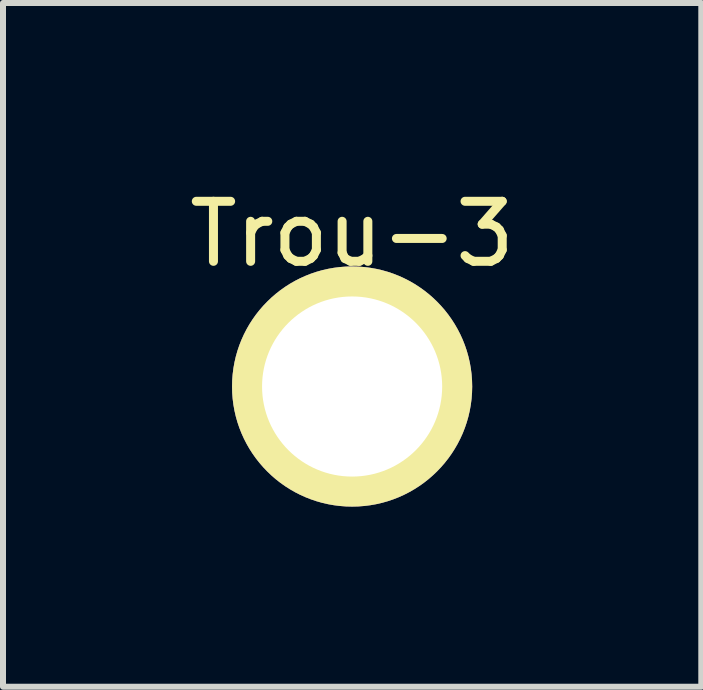
<source format=kicad_pcb>
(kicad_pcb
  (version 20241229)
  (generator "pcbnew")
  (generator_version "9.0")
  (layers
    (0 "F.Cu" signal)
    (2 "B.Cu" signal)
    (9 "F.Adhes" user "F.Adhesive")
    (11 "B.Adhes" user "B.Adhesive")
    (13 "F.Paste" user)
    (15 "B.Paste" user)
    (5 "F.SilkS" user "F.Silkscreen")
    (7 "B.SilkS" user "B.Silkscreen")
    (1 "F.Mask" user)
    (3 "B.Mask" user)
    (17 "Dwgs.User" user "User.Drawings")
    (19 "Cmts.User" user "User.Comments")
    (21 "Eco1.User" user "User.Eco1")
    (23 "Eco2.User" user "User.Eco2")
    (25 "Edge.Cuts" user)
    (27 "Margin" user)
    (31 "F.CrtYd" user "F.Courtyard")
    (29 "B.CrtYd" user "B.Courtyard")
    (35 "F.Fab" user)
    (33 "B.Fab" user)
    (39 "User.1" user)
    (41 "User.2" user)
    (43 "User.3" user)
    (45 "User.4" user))
  (footprint "Trou-3"
    (layer "F.Cu")
    (at 2.815 3.388)
    (property "Reference" "Trou-3" (at 0 -2.54 0) (layer "F.SilkS") (effects (font (size 1 1) (thickness 0.15))))
    (attr through_hole)
    (pad "1" thru_hole circle (at 0 0) (size 4 4) (drill 3) (layers "*.Cu" "*.Mask" "F.SilkS")))
  (gr_rect
    (start -3 -3)
    (end 8.631 8.388)
    (stroke (width 0.1) (type default))
    (fill no)
    (layer "Edge.Cuts")))
</source>
